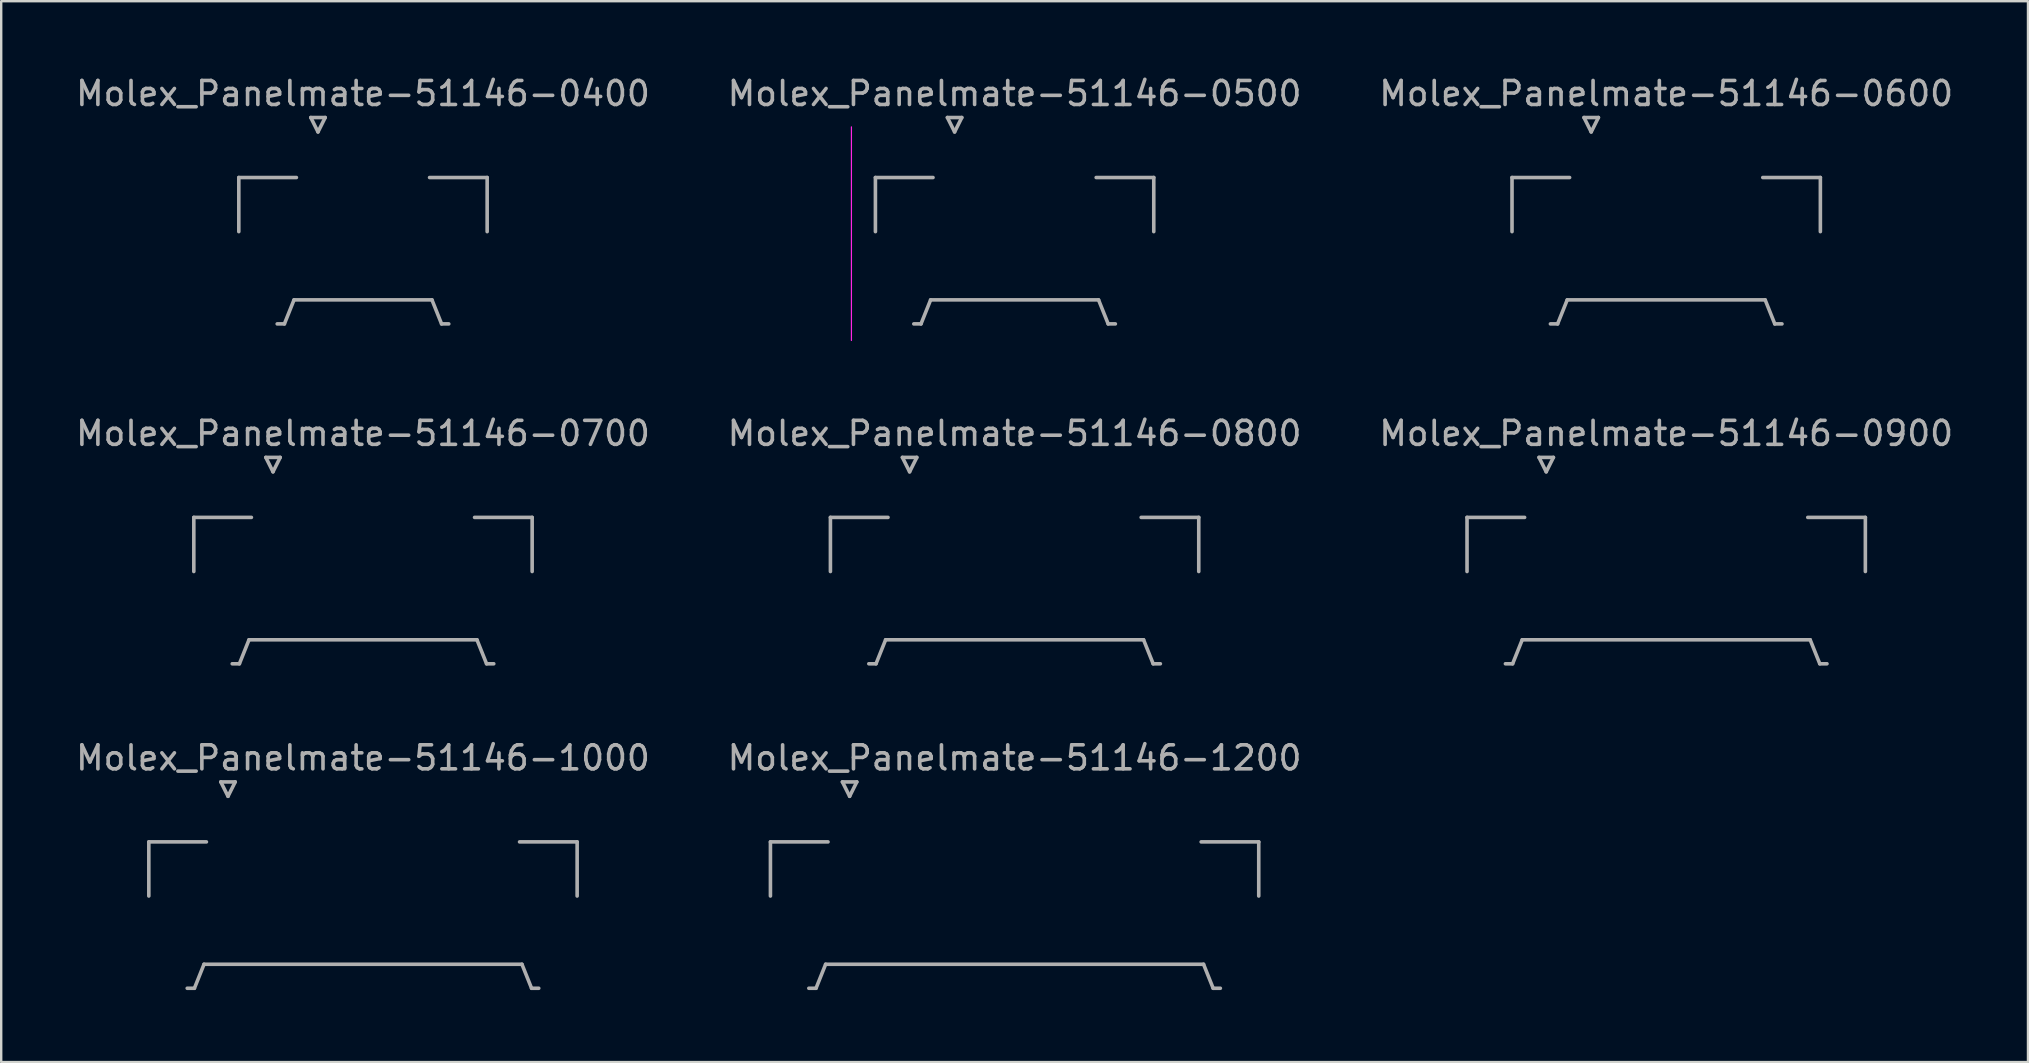
<source format=kicad_pcb>
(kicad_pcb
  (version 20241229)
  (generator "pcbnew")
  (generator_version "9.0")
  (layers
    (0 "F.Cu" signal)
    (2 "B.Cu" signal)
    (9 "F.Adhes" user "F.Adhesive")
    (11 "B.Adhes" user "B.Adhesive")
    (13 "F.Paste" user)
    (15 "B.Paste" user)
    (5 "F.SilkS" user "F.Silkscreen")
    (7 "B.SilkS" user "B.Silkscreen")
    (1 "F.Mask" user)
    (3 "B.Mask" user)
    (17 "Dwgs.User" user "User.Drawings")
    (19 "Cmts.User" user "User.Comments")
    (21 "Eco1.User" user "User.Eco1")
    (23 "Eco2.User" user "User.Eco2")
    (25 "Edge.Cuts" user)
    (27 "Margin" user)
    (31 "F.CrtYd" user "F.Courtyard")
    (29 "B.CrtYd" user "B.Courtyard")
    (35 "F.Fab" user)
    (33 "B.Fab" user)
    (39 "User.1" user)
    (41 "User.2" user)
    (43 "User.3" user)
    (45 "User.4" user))
  (footprint "Molex_Panelmate-51146-0500"
    (layer "F.Cu")
    (at 39.232 6.338)
    (property "Reference" "Molex_Panelmate-51146-0500" (at 0 -5.49 0) (layer "F.Fab") (effects (font (size 1 1) (thickness 0.15))))
    (attr smd)
    (fp_line (start -6.8 -4.1) (end -6.8 4.8) (stroke (width 0.05) (type solid)) (layer "F.CrtYd"))
    (fp_line (start -5.8 -1.99) (end -5.8 0.265) (stroke (width 0.15) (type solid)) (layer "F.Fab"))
    (fp_line (start -4.2 4.11) (end -3.9 4.11) (stroke (width 0.15) (type solid)) (layer "F.Fab"))
    (fp_line (start -3.9 4.11) (end -3.5 3.11) (stroke (width 0.15) (type solid)) (layer "F.Fab"))
    (fp_line (start -3.5 3.11) (end 3.5 3.11) (stroke (width 0.15) (type solid)) (layer "F.Fab"))
    (fp_line (start -3.4 -1.99) (end -5.8 -1.99) (stroke (width 0.15) (type solid)) (layer "F.Fab"))
    (fp_line (start -2.8 -4.49) (end -2.5 -3.89) (stroke (width 0.15) (type solid)) (layer "F.Fab"))
    (fp_line (start -2.5 -3.89) (end -2.2 -4.49) (stroke (width 0.15) (type solid)) (layer "F.Fab"))
    (fp_line (start -2.2 -4.49) (end -2.8 -4.49) (stroke (width 0.15) (type solid)) (layer "F.Fab"))
    (fp_line (start 3.4 -1.99) (end 5.8 -1.99) (stroke (width 0.15) (type solid)) (layer "F.Fab"))
    (fp_line (start 3.5 3.11) (end 3.9 4.11) (stroke (width 0.15) (type solid)) (layer "F.Fab"))
    (fp_line (start 3.9 4.11) (end 4.2 4.11) (stroke (width 0.15) (type solid)) (layer "F.Fab"))
    (fp_line (start 5.8 -1.99) (end 5.8 0.265) (stroke (width 0.15) (type solid)) (layer "F.Fab")))
  (footprint "Molex_Panelmate-51146-0800"
    (layer "F.Cu")
    (at 39.232 20.502)
    (property "Reference" "Molex_Panelmate-51146-0800" (at 0 -5.49 0) (layer "F.Fab") (effects (font (size 1 1) (thickness 0.15))))
    (attr smd)
    (fp_line (start -7.675 -1.99) (end -7.675 0.265) (stroke (width 0.15) (type solid)) (layer "F.Fab"))
    (fp_line (start -6.075 4.11) (end -5.775 4.11) (stroke (width 0.15) (type solid)) (layer "F.Fab"))
    (fp_line (start -5.775 4.11) (end -5.375 3.11) (stroke (width 0.15) (type solid)) (layer "F.Fab"))
    (fp_line (start -5.375 3.11) (end 5.375 3.11) (stroke (width 0.15) (type solid)) (layer "F.Fab"))
    (fp_line (start -5.275 -1.99) (end -7.675 -1.99) (stroke (width 0.15) (type solid)) (layer "F.Fab"))
    (fp_line (start -4.675 -4.49) (end -4.375 -3.89) (stroke (width 0.15) (type solid)) (layer "F.Fab"))
    (fp_line (start -4.375 -3.89) (end -4.075 -4.49) (stroke (width 0.15) (type solid)) (layer "F.Fab"))
    (fp_line (start -4.075 -4.49) (end -4.675 -4.49) (stroke (width 0.15) (type solid)) (layer "F.Fab"))
    (fp_line (start 5.275 -1.99) (end 7.675 -1.99) (stroke (width 0.15) (type solid)) (layer "F.Fab"))
    (fp_line (start 5.375 3.11) (end 5.775 4.11) (stroke (width 0.15) (type solid)) (layer "F.Fab"))
    (fp_line (start 5.775 4.11) (end 6.075 4.11) (stroke (width 0.15) (type solid)) (layer "F.Fab"))
    (fp_line (start 7.675 -1.99) (end 7.675 0.265) (stroke (width 0.15) (type solid)) (layer "F.Fab")))
  (footprint "Molex_Panelmate-51146-0600"
    (layer "F.Cu")
    (at 66.387 6.338)
    (property "Reference" "Molex_Panelmate-51146-0600" (at 0 -5.49 0) (layer "F.Fab") (effects (font (size 1 1) (thickness 0.15))))
    (attr smd)
    (fp_line (start -6.425 -1.99) (end -6.425 0.265) (stroke (width 0.15) (type solid)) (layer "F.Fab"))
    (fp_line (start -4.825 4.11) (end -4.525 4.11) (stroke (width 0.15) (type solid)) (layer "F.Fab"))
    (fp_line (start -4.525 4.11) (end -4.125 3.11) (stroke (width 0.15) (type solid)) (layer "F.Fab"))
    (fp_line (start -4.125 3.11) (end 4.125 3.11) (stroke (width 0.15) (type solid)) (layer "F.Fab"))
    (fp_line (start -4.025 -1.99) (end -6.425 -1.99) (stroke (width 0.15) (type solid)) (layer "F.Fab"))
    (fp_line (start -3.425 -4.49) (end -3.125 -3.89) (stroke (width 0.15) (type solid)) (layer "F.Fab"))
    (fp_line (start -3.125 -3.89) (end -2.825 -4.49) (stroke (width 0.15) (type solid)) (layer "F.Fab"))
    (fp_line (start -2.825 -4.49) (end -3.425 -4.49) (stroke (width 0.15) (type solid)) (layer "F.Fab"))
    (fp_line (start 4.025 -1.99) (end 6.425 -1.99) (stroke (width 0.15) (type solid)) (layer "F.Fab"))
    (fp_line (start 4.125 3.11) (end 4.525 4.11) (stroke (width 0.15) (type solid)) (layer "F.Fab"))
    (fp_line (start 4.525 4.11) (end 4.825 4.11) (stroke (width 0.15) (type solid)) (layer "F.Fab"))
    (fp_line (start 6.425 -1.99) (end 6.425 0.265) (stroke (width 0.15) (type solid)) (layer "F.Fab")))
  (footprint "Molex_Panelmate-51146-1000"
    (layer "F.Cu")
    (at 12.077 34.025)
    (property "Reference" "Molex_Panelmate-51146-1000" (at 0 -5.49 0) (layer "F.Fab") (effects (font (size 1 1) (thickness 0.15))))
    (attr smd)
    (fp_line (start -8.925 -1.99) (end -8.925 0.265) (stroke (width 0.15) (type solid)) (layer "F.Fab"))
    (fp_line (start -7.325 4.11) (end -7.025 4.11) (stroke (width 0.15) (type solid)) (layer "F.Fab"))
    (fp_line (start -7.025 4.11) (end -6.625 3.11) (stroke (width 0.15) (type solid)) (layer "F.Fab"))
    (fp_line (start -6.625 3.11) (end 6.625 3.11) (stroke (width 0.15) (type solid)) (layer "F.Fab"))
    (fp_line (start -6.525 -1.99) (end -8.925 -1.99) (stroke (width 0.15) (type solid)) (layer "F.Fab"))
    (fp_line (start -5.925 -4.49) (end -5.625 -3.89) (stroke (width 0.15) (type solid)) (layer "F.Fab"))
    (fp_line (start -5.625 -3.89) (end -5.325 -4.49) (stroke (width 0.15) (type solid)) (layer "F.Fab"))
    (fp_line (start -5.325 -4.49) (end -5.925 -4.49) (stroke (width 0.15) (type solid)) (layer "F.Fab"))
    (fp_line (start 6.525 -1.99) (end 8.925 -1.99) (stroke (width 0.15) (type solid)) (layer "F.Fab"))
    (fp_line (start 6.625 3.11) (end 7.025 4.11) (stroke (width 0.15) (type solid)) (layer "F.Fab"))
    (fp_line (start 7.025 4.11) (end 7.325 4.11) (stroke (width 0.15) (type solid)) (layer "F.Fab"))
    (fp_line (start 8.925 -1.99) (end 8.925 0.265) (stroke (width 0.15) (type solid)) (layer "F.Fab")))
  (footprint "Molex_Panelmate-51146-0700"
    (layer "F.Cu")
    (at 12.077 20.502)
    (property "Reference" "Molex_Panelmate-51146-0700" (at 0 -5.49 0) (layer "F.Fab") (effects (font (size 1 1) (thickness 0.15))))
    (attr smd)
    (fp_line (start -7.05 -1.99) (end -7.05 0.265) (stroke (width 0.15) (type solid)) (layer "F.Fab"))
    (fp_line (start -5.45 4.11) (end -5.15 4.11) (stroke (width 0.15) (type solid)) (layer "F.Fab"))
    (fp_line (start -5.15 4.11) (end -4.75 3.11) (stroke (width 0.15) (type solid)) (layer "F.Fab"))
    (fp_line (start -4.75 3.11) (end 4.75 3.11) (stroke (width 0.15) (type solid)) (layer "F.Fab"))
    (fp_line (start -4.65 -1.99) (end -7.05 -1.99) (stroke (width 0.15) (type solid)) (layer "F.Fab"))
    (fp_line (start -4.05 -4.49) (end -3.75 -3.89) (stroke (width 0.15) (type solid)) (layer "F.Fab"))
    (fp_line (start -3.75 -3.89) (end -3.45 -4.49) (stroke (width 0.15) (type solid)) (layer "F.Fab"))
    (fp_line (start -3.45 -4.49) (end -4.05 -4.49) (stroke (width 0.15) (type solid)) (layer "F.Fab"))
    (fp_line (start 4.65 -1.99) (end 7.05 -1.99) (stroke (width 0.15) (type solid)) (layer "F.Fab"))
    (fp_line (start 4.75 3.11) (end 5.15 4.11) (stroke (width 0.15) (type solid)) (layer "F.Fab"))
    (fp_line (start 5.15 4.11) (end 5.45 4.11) (stroke (width 0.15) (type solid)) (layer "F.Fab"))
    (fp_line (start 7.05 -1.99) (end 7.05 0.265) (stroke (width 0.15) (type solid)) (layer "F.Fab")))
  (footprint "Molex_Panelmate-51146-0900"
    (layer "F.Cu")
    (at 66.387 20.502)
    (property "Reference" "Molex_Panelmate-51146-0900" (at 0 -5.49 0) (layer "F.Fab") (effects (font (size 1 1) (thickness 0.15))))
    (attr smd)
    (fp_line (start -8.3 -1.99) (end -8.3 0.265) (stroke (width 0.15) (type solid)) (layer "F.Fab"))
    (fp_line (start -6.7 4.11) (end -6.4 4.11) (stroke (width 0.15) (type solid)) (layer "F.Fab"))
    (fp_line (start -6.4 4.11) (end -6 3.11) (stroke (width 0.15) (type solid)) (layer "F.Fab"))
    (fp_line (start -6 3.11) (end 6 3.11) (stroke (width 0.15) (type solid)) (layer "F.Fab"))
    (fp_line (start -5.9 -1.99) (end -8.3 -1.99) (stroke (width 0.15) (type solid)) (layer "F.Fab"))
    (fp_line (start -5.3 -4.49) (end -5 -3.89) (stroke (width 0.15) (type solid)) (layer "F.Fab"))
    (fp_line (start -5 -3.89) (end -4.7 -4.49) (stroke (width 0.15) (type solid)) (layer "F.Fab"))
    (fp_line (start -4.7 -4.49) (end -5.3 -4.49) (stroke (width 0.15) (type solid)) (layer "F.Fab"))
    (fp_line (start 5.9 -1.99) (end 8.3 -1.99) (stroke (width 0.15) (type solid)) (layer "F.Fab"))
    (fp_line (start 6 3.11) (end 6.4 4.11) (stroke (width 0.15) (type solid)) (layer "F.Fab"))
    (fp_line (start 6.4 4.11) (end 6.7 4.11) (stroke (width 0.15) (type solid)) (layer "F.Fab"))
    (fp_line (start 8.3 -1.99) (end 8.3 0.265) (stroke (width 0.15) (type solid)) (layer "F.Fab")))
  (footprint "Molex_Panelmate-51146-0400"
    (layer "F.Cu")
    (at 12.077 6.338)
    (property "Reference" "Molex_Panelmate-51146-0400" (at 0 -5.49 0) (layer "F.Fab") (effects (font (size 1 1) (thickness 0.15))))
    (attr smd)
    (fp_line (start -5.175 -1.99) (end -5.175 0.265) (stroke (width 0.15) (type solid)) (layer "F.Fab"))
    (fp_line (start -3.575 4.11) (end -3.275 4.11) (stroke (width 0.15) (type solid)) (layer "F.Fab"))
    (fp_line (start -3.275 4.11) (end -2.875 3.11) (stroke (width 0.15) (type solid)) (layer "F.Fab"))
    (fp_line (start -2.875 3.11) (end 2.875 3.11) (stroke (width 0.15) (type solid)) (layer "F.Fab"))
    (fp_line (start -2.775 -1.99) (end -5.175 -1.99) (stroke (width 0.15) (type solid)) (layer "F.Fab"))
    (fp_line (start -2.175 -4.49) (end -1.875 -3.89) (stroke (width 0.15) (type solid)) (layer "F.Fab"))
    (fp_line (start -1.875 -3.89) (end -1.575 -4.49) (stroke (width 0.15) (type solid)) (layer "F.Fab"))
    (fp_line (start -1.575 -4.49) (end -2.175 -4.49) (stroke (width 0.15) (type solid)) (layer "F.Fab"))
    (fp_line (start 2.775 -1.99) (end 5.175 -1.99) (stroke (width 0.15) (type solid)) (layer "F.Fab"))
    (fp_line (start 2.875 3.11) (end 3.275 4.11) (stroke (width 0.15) (type solid)) (layer "F.Fab"))
    (fp_line (start 3.275 4.11) (end 3.575 4.11) (stroke (width 0.15) (type solid)) (layer "F.Fab"))
    (fp_line (start 5.175 -1.99) (end 5.175 0.265) (stroke (width 0.15) (type solid)) (layer "F.Fab")))
  (footprint "Molex_Panelmate-51146-1200"
    (layer "F.Cu")
    (at 39.232 34.025)
    (property "Reference" "Molex_Panelmate-51146-1200" (at 0 -5.49 0) (layer "F.Fab") (effects (font (size 1 1) (thickness 0.15))))
    (attr smd)
    (fp_line (start -10.175 -1.99) (end -10.175 0.265) (stroke (width 0.15) (type solid)) (layer "F.Fab"))
    (fp_line (start -8.575 4.11) (end -8.275 4.11) (stroke (width 0.15) (type solid)) (layer "F.Fab"))
    (fp_line (start -8.275 4.11) (end -7.875 3.11) (stroke (width 0.15) (type solid)) (layer "F.Fab"))
    (fp_line (start -7.875 3.11) (end 7.875 3.11) (stroke (width 0.15) (type solid)) (layer "F.Fab"))
    (fp_line (start -7.775 -1.99) (end -10.175 -1.99) (stroke (width 0.15) (type solid)) (layer "F.Fab"))
    (fp_line (start -7.175 -4.49) (end -6.875 -3.89) (stroke (width 0.15) (type solid)) (layer "F.Fab"))
    (fp_line (start -6.875 -3.89) (end -6.575 -4.49) (stroke (width 0.15) (type solid)) (layer "F.Fab"))
    (fp_line (start -6.575 -4.49) (end -7.175 -4.49) (stroke (width 0.15) (type solid)) (layer "F.Fab"))
    (fp_line (start 7.775 -1.99) (end 10.175 -1.99) (stroke (width 0.15) (type solid)) (layer "F.Fab"))
    (fp_line (start 7.875 3.11) (end 8.275 4.11) (stroke (width 0.15) (type solid)) (layer "F.Fab"))
    (fp_line (start 8.275 4.11) (end 8.575 4.11) (stroke (width 0.15) (type solid)) (layer "F.Fab"))
    (fp_line (start 10.175 -1.99) (end 10.175 0.265) (stroke (width 0.15) (type solid)) (layer "F.Fab")))
  (gr_rect
    (start -3 -3)
    (end 81.464 41.21)
    (stroke (width 0.1) (type default))
    (fill no)
    (layer "Edge.Cuts")))
</source>
